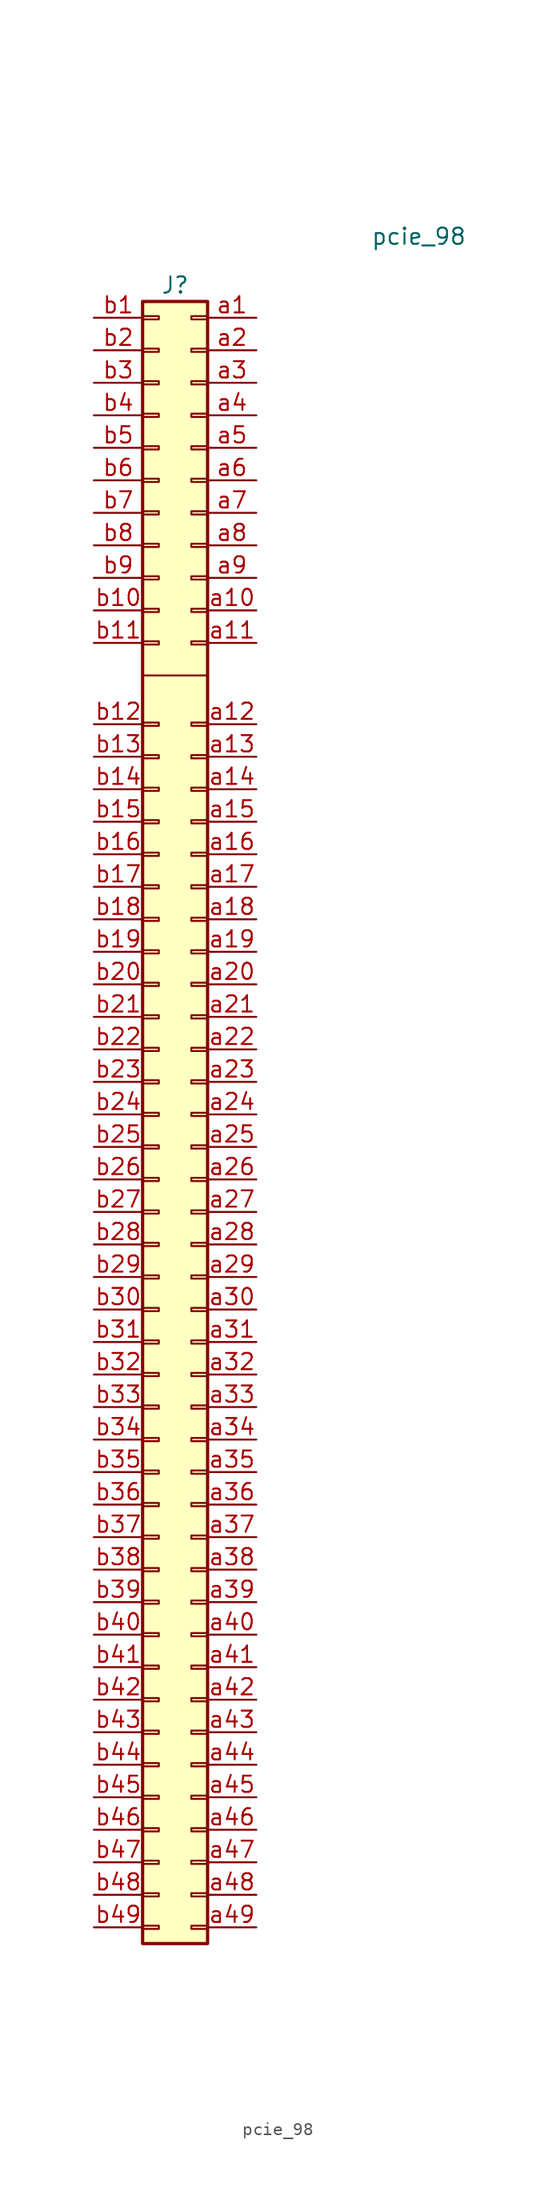
<source format=kicad_sym>
(kicad_symbol_lib
  (version 20220914)
  (generator kicad_symbol_editor)
  (symbol "pcie_98"
    (pin_names
      (offset 1.016) hide)
    (property "Reference" "J"
      (at 1.27 40.64 0)
      (effects (font (size 1.27 1.27))))
    (property "Value" "pcie_98"
      (at 20.32 44.45 0)
      (effects (font (size 1.27 1.27))))
    (symbol "pcie_98_0_1"
      (polyline (pts (xy 3.81 10.16) (xy -1.27 10.16)) (stroke (width 0) (type default)) (fill (type none))))
    (symbol "pcie_98_1_1"
      (rectangle (start -1.27 -87.757) (end 0 -87.503) (stroke (width 0.152) (type default)) (fill (type none)))
      (rectangle (start -1.27 -85.217) (end 0 -84.963) (stroke (width 0.152) (type default)) (fill (type none)))
      (rectangle (start -1.27 -82.677) (end 0 -82.423) (stroke (width 0.152) (type default)) (fill (type none)))
      (rectangle (start -1.27 -80.137) (end 0 -79.883) (stroke (width 0.152) (type default)) (fill (type none)))
      (rectangle (start -1.27 -77.597) (end 0 -77.343) (stroke (width 0.152) (type default)) (fill (type none)))
      (rectangle (start -1.27 -75.057) (end 0 -74.803) (stroke (width 0.152) (type default)) (fill (type none)))
      (rectangle (start -1.27 -72.517) (end 0 -72.263) (stroke (width 0.152) (type default)) (fill (type none)))
      (rectangle (start -1.27 -69.977) (end 0 -69.723) (stroke (width 0.152) (type default)) (fill (type none)))
      (rectangle (start -1.27 -67.437) (end 0 -67.183) (stroke (width 0.152) (type default)) (fill (type none)))
      (rectangle (start -1.27 -64.897) (end 0 -64.643) (stroke (width 0.152) (type default)) (fill (type none)))
      (rectangle (start -1.27 -62.357) (end 0 -62.103) (stroke (width 0.152) (type default)) (fill (type none)))
      (rectangle (start -1.27 -59.817) (end 0 -59.563) (stroke (width 0.152) (type default)) (fill (type none)))
      (rectangle (start -1.27 -57.277) (end 0 -57.023) (stroke (width 0.152) (type default)) (fill (type none)))
      (rectangle (start -1.27 -54.737) (end 0 -54.483) (stroke (width 0.152) (type default)) (fill (type none)))
      (rectangle (start -1.27 -52.197) (end 0 -51.943) (stroke (width 0.152) (type default)) (fill (type none)))
      (rectangle (start -1.27 -49.657) (end 0 -49.403) (stroke (width 0.152) (type default)) (fill (type none)))
      (rectangle (start -1.27 -47.117) (end 0 -46.863) (stroke (width 0.152) (type default)) (fill (type none)))
      (rectangle (start -1.27 -16.383) (end 0 -16.637) (stroke (width 0.152) (type default)) (fill (type none)))
      (rectangle (start -1.27 -13.843) (end 0 -14.097) (stroke (width 0.152) (type default)) (fill (type none)))
      (rectangle (start -1.27 -11.303) (end 0 -11.557) (stroke (width 0.152) (type default)) (fill (type none)))
      (rectangle (start -1.27 6.477) (end 0 6.223) (stroke (width 0.152) (type default)) (fill (type none)))
      (rectangle (start -1.27 12.827) (end 0 12.573) (stroke (width 0.152) (type default)) (fill (type none)))
      (rectangle (start -1.27 38.227) (end 0 37.973) (stroke (width 0.152) (type default)) (fill (type none)))
      (rectangle (start -1.27 39.37) (end 3.81 -88.9) (stroke (width 0.254) (type default)) (fill (type background)))
      (rectangle (start 0 -44.577) (end -1.27 -44.323) (stroke (width 0.152) (type default)) (fill (type none)))
      (rectangle (start 0 -42.037) (end -1.27 -41.783) (stroke (width 0.152) (type default)) (fill (type none)))
      (rectangle (start 0 -39.497) (end -1.27 -39.243) (stroke (width 0.152) (type default)) (fill (type none)))
      (rectangle (start 0 -36.957) (end -1.27 -36.703) (stroke (width 0.152) (type default)) (fill (type none)))
      (rectangle (start 0 -34.417) (end -1.27 -34.163) (stroke (width 0.152) (type default)) (fill (type none)))
      (rectangle (start 0 -31.877) (end -1.27 -31.623) (stroke (width 0.152) (type default)) (fill (type none)))
      (rectangle (start 0 -29.337) (end -1.27 -29.083) (stroke (width 0.152) (type default)) (fill (type none)))
      (rectangle (start 0 -26.797) (end -1.27 -26.543) (stroke (width 0.152) (type default)) (fill (type none)))
      (rectangle (start 0 -24.257) (end -1.27 -24.003) (stroke (width 0.152) (type default)) (fill (type none)))
      (rectangle (start 0 -21.717) (end -1.27 -21.463) (stroke (width 0.152) (type default)) (fill (type none)))
      (rectangle (start 0 -19.177) (end -1.27 -18.923) (stroke (width 0.152) (type default)) (fill (type none)))
      (rectangle (start 0 -9.017) (end -1.27 -8.763) (stroke (width 0.152) (type default)) (fill (type none)))
      (rectangle (start 0 -6.477) (end -1.27 -6.223) (stroke (width 0.152) (type default)) (fill (type none)))
      (rectangle (start 0 -3.937) (end -1.27 -3.683) (stroke (width 0.152) (type default)) (fill (type none)))
      (rectangle (start 0 -1.397) (end -1.27 -1.143) (stroke (width 0.152) (type default)) (fill (type none)))
      (rectangle (start 0 1.143) (end -1.27 1.397) (stroke (width 0.152) (type default)) (fill (type none)))
      (rectangle (start 0 3.683) (end -1.27 3.937) (stroke (width 0.152) (type default)) (fill (type none)))
      (rectangle (start 0 15.113) (end -1.27 15.367) (stroke (width 0.152) (type default)) (fill (type none)))
      (rectangle (start 0 17.653) (end -1.27 17.907) (stroke (width 0.152) (type default)) (fill (type none)))
      (rectangle (start 0 20.193) (end -1.27 20.447) (stroke (width 0.152) (type default)) (fill (type none)))
      (rectangle (start 0 22.733) (end -1.27 22.987) (stroke (width 0.152) (type default)) (fill (type none)))
      (rectangle (start 0 25.273) (end -1.27 25.527) (stroke (width 0.152) (type default)) (fill (type none)))
      (rectangle (start 0 27.813) (end -1.27 28.067) (stroke (width 0.152) (type default)) (fill (type none)))
      (rectangle (start 0 30.353) (end -1.27 30.607) (stroke (width 0.152) (type default)) (fill (type none)))
      (rectangle (start 0 32.893) (end -1.27 33.147) (stroke (width 0.152) (type default)) (fill (type none)))
      (rectangle (start 0 35.433) (end -1.27 35.687) (stroke (width 0.152) (type default)) (fill (type none)))
      (rectangle (start 2.54 -87.757) (end 3.81 -87.503) (stroke (width 0.152) (type default)) (fill (type none)))
      (rectangle (start 2.54 -85.217) (end 3.81 -84.963) (stroke (width 0.152) (type default)) (fill (type none)))
      (rectangle (start 2.54 -82.677) (end 3.81 -82.423) (stroke (width 0.152) (type default)) (fill (type none)))
      (rectangle (start 2.54 -80.137) (end 3.81 -79.883) (stroke (width 0.152) (type default)) (fill (type none)))
      (rectangle (start 2.54 -77.597) (end 3.81 -77.343) (stroke (width 0.152) (type default)) (fill (type none)))
      (rectangle (start 2.54 -75.057) (end 3.81 -74.803) (stroke (width 0.152) (type default)) (fill (type none)))
      (rectangle (start 2.54 -72.517) (end 3.81 -72.263) (stroke (width 0.152) (type default)) (fill (type none)))
      (rectangle (start 2.54 -69.977) (end 3.81 -69.723) (stroke (width 0.152) (type default)) (fill (type none)))
      (rectangle (start 2.54 -67.437) (end 3.81 -67.183) (stroke (width 0.152) (type default)) (fill (type none)))
      (rectangle (start 2.54 -64.897) (end 3.81 -64.643) (stroke (width 0.152) (type default)) (fill (type none)))
      (rectangle (start 2.54 -62.357) (end 3.81 -62.103) (stroke (width 0.152) (type default)) (fill (type none)))
      (rectangle (start 2.54 -59.817) (end 3.81 -59.563) (stroke (width 0.152) (type default)) (fill (type none)))
      (rectangle (start 2.54 -57.277) (end 3.81 -57.023) (stroke (width 0.152) (type default)) (fill (type none)))
      (rectangle (start 2.54 -54.737) (end 3.81 -54.483) (stroke (width 0.152) (type default)) (fill (type none)))
      (rectangle (start 2.54 -52.197) (end 3.81 -51.943) (stroke (width 0.152) (type default)) (fill (type none)))
      (rectangle (start 2.54 -49.657) (end 3.81 -49.403) (stroke (width 0.152) (type default)) (fill (type none)))
      (rectangle (start 2.54 -47.117) (end 3.81 -46.863) (stroke (width 0.152) (type default)) (fill (type none)))
      (rectangle (start 2.54 -44.577) (end 3.81 -44.323) (stroke (width 0.152) (type default)) (fill (type none)))
      (rectangle (start 2.54 -42.037) (end 3.81 -41.783) (stroke (width 0.152) (type default)) (fill (type none)))
      (rectangle (start 2.54 -39.497) (end 3.81 -39.243) (stroke (width 0.152) (type default)) (fill (type none)))
      (rectangle (start 2.54 -36.957) (end 3.81 -36.703) (stroke (width 0.152) (type default)) (fill (type none)))
      (rectangle (start 2.54 -34.417) (end 3.81 -34.163) (stroke (width 0.152) (type default)) (fill (type none)))
      (rectangle (start 2.54 -31.877) (end 3.81 -31.623) (stroke (width 0.152) (type default)) (fill (type none)))
      (rectangle (start 2.54 -29.337) (end 3.81 -29.083) (stroke (width 0.152) (type default)) (fill (type none)))
      (rectangle (start 2.54 -26.797) (end 3.81 -26.543) (stroke (width 0.152) (type default)) (fill (type none)))
      (rectangle (start 2.54 -24.257) (end 3.81 -24.003) (stroke (width 0.152) (type default)) (fill (type none)))
      (rectangle (start 2.54 -21.717) (end 3.81 -21.463) (stroke (width 0.152) (type default)) (fill (type none)))
      (rectangle (start 2.54 -19.177) (end 3.81 -18.923) (stroke (width 0.152) (type default)) (fill (type none)))
      (rectangle (start 2.54 -16.383) (end 3.81 -16.637) (stroke (width 0.152) (type default)) (fill (type none)))
      (rectangle (start 2.54 -14.097) (end 3.81 -13.843) (stroke (width 0.152) (type default)) (fill (type none)))
      (rectangle (start 2.54 -11.557) (end 3.81 -11.303) (stroke (width 0.152) (type default)) (fill (type none)))
      (rectangle (start 2.54 -9.017) (end 3.81 -8.763) (stroke (width 0.152) (type default)) (fill (type none)))
      (rectangle (start 2.54 -6.223) (end 3.81 -6.477) (stroke (width 0.152) (type default)) (fill (type none)))
      (rectangle (start 2.54 -3.937) (end 3.81 -3.683) (stroke (width 0.152) (type default)) (fill (type none)))
      (rectangle (start 2.54 -1.397) (end 3.81 -1.143) (stroke (width 0.152) (type default)) (fill (type none)))
      (rectangle (start 2.54 1.143) (end 3.81 1.397) (stroke (width 0.152) (type default)) (fill (type none)))
      (rectangle (start 2.54 3.683) (end 3.81 3.937) (stroke (width 0.152) (type default)) (fill (type none)))
      (rectangle (start 2.54 6.477) (end 3.81 6.223) (stroke (width 0.152) (type default)) (fill (type none)))
      (rectangle (start 2.54 12.573) (end 3.81 12.827) (stroke (width 0.152) (type default)) (fill (type none)))
      (rectangle (start 2.54 15.113) (end 3.81 15.367) (stroke (width 0.152) (type default)) (fill (type none)))
      (rectangle (start 2.54 17.653) (end 3.81 17.907) (stroke (width 0.152) (type default)) (fill (type none)))
      (rectangle (start 2.54 20.193) (end 3.81 20.447) (stroke (width 0.152) (type default)) (fill (type none)))
      (rectangle (start 2.54 22.733) (end 3.81 22.987) (stroke (width 0.152) (type default)) (fill (type none)))
      (rectangle (start 2.54 25.273) (end 3.81 25.527) (stroke (width 0.152) (type default)) (fill (type none)))
      (rectangle (start 2.54 27.813) (end 3.81 28.067) (stroke (width 0.152) (type default)) (fill (type none)))
      (rectangle (start 2.54 30.353) (end 3.81 30.607) (stroke (width 0.152) (type default)) (fill (type none)))
      (rectangle (start 2.54 32.893) (end 3.81 33.147) (stroke (width 0.152) (type default)) (fill (type none)))
      (rectangle (start 2.54 35.433) (end 3.81 35.687) (stroke (width 0.152) (type default)) (fill (type none)))
      (rectangle (start 2.54 38.227) (end 3.81 37.973) (stroke (width 0.152) (type default)) (fill (type none)))
      (pin passive line (at 7.62 38.1 180) (length 3.81) (name "Pin_a1" (effects (font (size 1.27 1.27)))) (number "a1" (effects (font (size 1.27 1.27)))))
      (pin passive line (at 7.62 15.24 180) (length 3.81) (name "Pin_a10" (effects (font (size 1.27 1.27)))) (number "a10" (effects (font (size 1.27 1.27)))))
      (pin passive line (at 7.62 12.7 180) (length 3.81) (name "Pin_a11" (effects (font (size 1.27 1.27)))) (number "a11" (effects (font (size 1.27 1.27)))))
      (pin passive line (at 7.62 6.35 180) (length 3.81) (name "Pin_a12" (effects (font (size 1.27 1.27)))) (number "a12" (effects (font (size 1.27 1.27)))))
      (pin passive line (at 7.62 3.81 180) (length 3.81) (name "Pin_a13" (effects (font (size 1.27 1.27)))) (number "a13" (effects (font (size 1.27 1.27)))))
      (pin passive line (at 7.62 1.27 180) (length 3.81) (name "Pin_a14" (effects (font (size 1.27 1.27)))) (number "a14" (effects (font (size 1.27 1.27)))))
      (pin passive line (at 7.62 -1.27 180) (length 3.81) (name "Pin_a15" (effects (font (size 1.27 1.27)))) (number "a15" (effects (font (size 1.27 1.27)))))
      (pin passive line (at 7.62 -3.81 180) (length 3.81) (name "Pin_a16" (effects (font (size 1.27 1.27)))) (number "a16" (effects (font (size 1.27 1.27)))))
      (pin passive line (at 7.62 -6.35 180) (length 3.81) (name "Pin_a17" (effects (font (size 1.27 1.27)))) (number "a17" (effects (font (size 1.27 1.27)))))
      (pin passive line (at 7.62 -8.89 180) (length 3.81) (name "Pin_a18" (effects (font (size 1.27 1.27)))) (number "a18" (effects (font (size 1.27 1.27)))))
      (pin passive line (at 7.62 -11.43 180) (length 3.81) (name "Pin_a19" (effects (font (size 1.27 1.27)))) (number "a19" (effects (font (size 1.27 1.27)))))
      (pin passive line (at 7.62 35.56 180) (length 3.81) (name "Pin_a2" (effects (font (size 1.27 1.27)))) (number "a2" (effects (font (size 1.27 1.27)))))
      (pin passive line (at 7.62 -13.97 180) (length 3.81) (name "Pin_a20" (effects (font (size 1.27 1.27)))) (number "a20" (effects (font (size 1.27 1.27)))))
      (pin passive line (at 7.62 -16.51 180) (length 3.81) (name "Pin_a21" (effects (font (size 1.27 1.27)))) (number "a21" (effects (font (size 1.27 1.27)))))
      (pin passive line (at 7.62 -19.05 180) (length 3.81) (name "Pin_a22" (effects (font (size 1.27 1.27)))) (number "a22" (effects (font (size 1.27 1.27)))))
      (pin passive line (at 7.62 -21.59 180) (length 3.81) (name "Pin_a23" (effects (font (size 1.27 1.27)))) (number "a23" (effects (font (size 1.27 1.27)))))
      (pin passive line (at 7.62 -24.13 180) (length 3.81) (name "Pin_a24" (effects (font (size 1.27 1.27)))) (number "a24" (effects (font (size 1.27 1.27)))))
      (pin passive line (at 7.62 -26.67 180) (length 3.81) (name "Pin_a25" (effects (font (size 1.27 1.27)))) (number "a25" (effects (font (size 1.27 1.27)))))
      (pin passive line (at 7.62 -29.21 180) (length 3.81) (name "Pin_a26" (effects (font (size 1.27 1.27)))) (number "a26" (effects (font (size 1.27 1.27)))))
      (pin passive line (at 7.62 -31.75 180) (length 3.81) (name "Pin_a27" (effects (font (size 1.27 1.27)))) (number "a27" (effects (font (size 1.27 1.27)))))
      (pin passive line (at 7.62 -34.29 180) (length 3.81) (name "Pin_a28" (effects (font (size 1.27 1.27)))) (number "a28" (effects (font (size 1.27 1.27)))))
      (pin passive line (at 7.62 -36.83 180) (length 3.81) (name "Pin_a29" (effects (font (size 1.27 1.27)))) (number "a29" (effects (font (size 1.27 1.27)))))
      (pin passive line (at 7.62 33.02 180) (length 3.81) (name "Pin_a3" (effects (font (size 1.27 1.27)))) (number "a3" (effects (font (size 1.27 1.27)))))
      (pin passive line (at 7.62 -39.37 180) (length 3.81) (name "Pin_a30" (effects (font (size 1.27 1.27)))) (number "a30" (effects (font (size 1.27 1.27)))))
      (pin passive line (at 7.62 -41.91 180) (length 3.81) (name "Pin_a31" (effects (font (size 1.27 1.27)))) (number "a31" (effects (font (size 1.27 1.27)))))
      (pin passive line (at 7.62 -44.45 180) (length 3.81) (name "Pin_a32" (effects (font (size 1.27 1.27)))) (number "a32" (effects (font (size 1.27 1.27)))))
      (pin passive line (at 7.62 -46.99 180) (length 3.81) (name "Pin_a33" (effects (font (size 1.27 1.27)))) (number "a33" (effects (font (size 1.27 1.27)))))
      (pin passive line (at 7.62 -49.53 180) (length 3.81) (name "Pin_a34" (effects (font (size 1.27 1.27)))) (number "a34" (effects (font (size 1.27 1.27)))))
      (pin passive line (at 7.62 -52.07 180) (length 3.81) (name "Pin_a35" (effects (font (size 1.27 1.27)))) (number "a35" (effects (font (size 1.27 1.27)))))
      (pin passive line (at 7.62 -54.61 180) (length 3.81) (name "Pin_a36" (effects (font (size 1.27 1.27)))) (number "a36" (effects (font (size 1.27 1.27)))))
      (pin passive line (at 7.62 -57.15 180) (length 3.81) (name "Pin_a37" (effects (font (size 1.27 1.27)))) (number "a37" (effects (font (size 1.27 1.27)))))
      (pin passive line (at 7.62 -59.69 180) (length 3.81) (name "Pin_a38" (effects (font (size 1.27 1.27)))) (number "a38" (effects (font (size 1.27 1.27)))))
      (pin passive line (at 7.62 -62.23 180) (length 3.81) (name "Pin_a39" (effects (font (size 1.27 1.27)))) (number "a39" (effects (font (size 1.27 1.27)))))
      (pin passive line (at 7.62 30.48 180) (length 3.81) (name "Pin_a4" (effects (font (size 1.27 1.27)))) (number "a4" (effects (font (size 1.27 1.27)))))
      (pin passive line (at 7.62 -64.77 180) (length 3.81) (name "Pin_a40" (effects (font (size 1.27 1.27)))) (number "a40" (effects (font (size 1.27 1.27)))))
      (pin passive line (at 7.62 -67.31 180) (length 3.81) (name "Pin_a41" (effects (font (size 1.27 1.27)))) (number "a41" (effects (font (size 1.27 1.27)))))
      (pin passive line (at 7.62 -69.85 180) (length 3.81) (name "Pin_a42" (effects (font (size 1.27 1.27)))) (number "a42" (effects (font (size 1.27 1.27)))))
      (pin passive line (at 7.62 -72.39 180) (length 3.81) (name "Pin_a43" (effects (font (size 1.27 1.27)))) (number "a43" (effects (font (size 1.27 1.27)))))
      (pin passive line (at 7.62 -74.93 180) (length 3.81) (name "Pin_a44" (effects (font (size 1.27 1.27)))) (number "a44" (effects (font (size 1.27 1.27)))))
      (pin passive line (at 7.62 -77.47 180) (length 3.81) (name "Pin_a45" (effects (font (size 1.27 1.27)))) (number "a45" (effects (font (size 1.27 1.27)))))
      (pin passive line (at 7.62 -80.01 180) (length 3.81) (name "Pin_a46" (effects (font (size 1.27 1.27)))) (number "a46" (effects (font (size 1.27 1.27)))))
      (pin passive line (at 7.62 -82.55 180) (length 3.81) (name "Pin_a47" (effects (font (size 1.27 1.27)))) (number "a47" (effects (font (size 1.27 1.27)))))
      (pin passive line (at 7.62 -85.09 180) (length 3.81) (name "Pin_a48" (effects (font (size 1.27 1.27)))) (number "a48" (effects (font (size 1.27 1.27)))))
      (pin passive line (at 7.62 -87.63 180) (length 3.81) (name "Pin_a49" (effects (font (size 1.27 1.27)))) (number "a49" (effects (font (size 1.27 1.27)))))
      (pin passive line (at 7.62 27.94 180) (length 3.81) (name "Pin_a5" (effects (font (size 1.27 1.27)))) (number "a5" (effects (font (size 1.27 1.27)))))
      (pin passive line (at 7.62 25.4 180) (length 3.81) (name "Pin_a6" (effects (font (size 1.27 1.27)))) (number "a6" (effects (font (size 1.27 1.27)))))
      (pin passive line (at 7.62 22.86 180) (length 3.81) (name "Pin_a7" (effects (font (size 1.27 1.27)))) (number "a7" (effects (font (size 1.27 1.27)))))
      (pin passive line (at 7.62 20.32 180) (length 3.81) (name "Pin_a8" (effects (font (size 1.27 1.27)))) (number "a8" (effects (font (size 1.27 1.27)))))
      (pin passive line (at 7.62 17.78 180) (length 3.81) (name "Pin_a9" (effects (font (size 1.27 1.27)))) (number "a9" (effects (font (size 1.27 1.27)))))
      (pin passive line (at -5.08 38.1 0) (length 3.81) (name "Pin_b1" (effects (font (size 1.27 1.27)))) (number "b1" (effects (font (size 1.27 1.27)))))
      (pin passive line (at -5.08 15.24 0) (length 3.81) (name "Pin_b10" (effects (font (size 1.27 1.27)))) (number "b10" (effects (font (size 1.27 1.27)))))
      (pin passive line (at -5.08 12.7 0) (length 3.81) (name "Pin_b11" (effects (font (size 1.27 1.27)))) (number "b11" (effects (font (size 1.27 1.27)))))
      (pin passive line (at -5.08 6.35 0) (length 3.81) (name "Pin_b12" (effects (font (size 1.27 1.27)))) (number "b12" (effects (font (size 1.27 1.27)))))
      (pin passive line (at -5.08 3.81 0) (length 3.81) (name "Pin_b13" (effects (font (size 1.27 1.27)))) (number "b13" (effects (font (size 1.27 1.27)))))
      (pin passive line (at -5.08 1.27 0) (length 3.81) (name "Pin_b14" (effects (font (size 1.27 1.27)))) (number "b14" (effects (font (size 1.27 1.27)))))
      (pin passive line (at -5.08 -1.27 0) (length 3.81) (name "Pin_b15" (effects (font (size 1.27 1.27)))) (number "b15" (effects (font (size 1.27 1.27)))))
      (pin passive line (at -5.08 -3.81 0) (length 3.81) (name "Pin_b16" (effects (font (size 1.27 1.27)))) (number "b16" (effects (font (size 1.27 1.27)))))
      (pin passive line (at -5.08 -6.35 0) (length 3.81) (name "Pin_b17" (effects (font (size 1.27 1.27)))) (number "b17" (effects (font (size 1.27 1.27)))))
      (pin passive line (at -5.08 -8.89 0) (length 3.81) (name "Pin_b18" (effects (font (size 1.27 1.27)))) (number "b18" (effects (font (size 1.27 1.27)))))
      (pin passive line (at -5.08 -11.43 0) (length 3.81) (name "Pin_b19" (effects (font (size 1.27 1.27)))) (number "b19" (effects (font (size 1.27 1.27)))))
      (pin passive line (at -5.08 35.56 0) (length 3.81) (name "Pin_b2" (effects (font (size 1.27 1.27)))) (number "b2" (effects (font (size 1.27 1.27)))))
      (pin passive line (at -5.08 -13.97 0) (length 3.81) (name "Pin_b20" (effects (font (size 1.27 1.27)))) (number "b20" (effects (font (size 1.27 1.27)))))
      (pin passive line (at -5.08 -16.51 0) (length 3.81) (name "Pin_b21" (effects (font (size 1.27 1.27)))) (number "b21" (effects (font (size 1.27 1.27)))))
      (pin passive line (at -5.08 -19.05 0) (length 3.81) (name "Pin_b22" (effects (font (size 1.27 1.27)))) (number "b22" (effects (font (size 1.27 1.27)))))
      (pin passive line (at -5.08 -21.59 0) (length 3.81) (name "Pin_b23" (effects (font (size 1.27 1.27)))) (number "b23" (effects (font (size 1.27 1.27)))))
      (pin passive line (at -5.08 -24.13 0) (length 3.81) (name "Pin_b24" (effects (font (size 1.27 1.27)))) (number "b24" (effects (font (size 1.27 1.27)))))
      (pin passive line (at -5.08 -26.67 0) (length 3.81) (name "Pin_b25" (effects (font (size 1.27 1.27)))) (number "b25" (effects (font (size 1.27 1.27)))))
      (pin passive line (at -5.08 -29.21 0) (length 3.81) (name "Pin_b26" (effects (font (size 1.27 1.27)))) (number "b26" (effects (font (size 1.27 1.27)))))
      (pin passive line (at -5.08 -31.75 0) (length 3.81) (name "Pin_b27" (effects (font (size 1.27 1.27)))) (number "b27" (effects (font (size 1.27 1.27)))))
      (pin passive line (at -5.08 -34.29 0) (length 3.81) (name "Pin_b28" (effects (font (size 1.27 1.27)))) (number "b28" (effects (font (size 1.27 1.27)))))
      (pin passive line (at -5.08 -36.83 0) (length 3.81) (name "Pin_b29" (effects (font (size 1.27 1.27)))) (number "b29" (effects (font (size 1.27 1.27)))))
      (pin passive line (at -5.08 33.02 0) (length 3.81) (name "Pin_b3" (effects (font (size 1.27 1.27)))) (number "b3" (effects (font (size 1.27 1.27)))))
      (pin passive line (at -5.08 -39.37 0) (length 3.81) (name "Pin_b30" (effects (font (size 1.27 1.27)))) (number "b30" (effects (font (size 1.27 1.27)))))
      (pin passive line (at -5.08 -41.91 0) (length 3.81) (name "Pin_b31" (effects (font (size 1.27 1.27)))) (number "b31" (effects (font (size 1.27 1.27)))))
      (pin passive line (at -5.08 -44.45 0) (length 3.81) (name "Pin_b32" (effects (font (size 1.27 1.27)))) (number "b32" (effects (font (size 1.27 1.27)))))
      (pin passive line (at -5.08 -46.99 0) (length 3.81) (name "Pin_b33" (effects (font (size 1.27 1.27)))) (number "b33" (effects (font (size 1.27 1.27)))))
      (pin passive line (at -5.08 -49.53 0) (length 3.81) (name "Pin_b34" (effects (font (size 1.27 1.27)))) (number "b34" (effects (font (size 1.27 1.27)))))
      (pin passive line (at -5.08 -52.07 0) (length 3.81) (name "Pin_b35" (effects (font (size 1.27 1.27)))) (number "b35" (effects (font (size 1.27 1.27)))))
      (pin passive line (at -5.08 -54.61 0) (length 3.81) (name "Pin_b36" (effects (font (size 1.27 1.27)))) (number "b36" (effects (font (size 1.27 1.27)))))
      (pin passive line (at -5.08 -57.15 0) (length 3.81) (name "Pin_b37" (effects (font (size 1.27 1.27)))) (number "b37" (effects (font (size 1.27 1.27)))))
      (pin passive line (at -5.08 -59.69 0) (length 3.81) (name "Pin_b38" (effects (font (size 1.27 1.27)))) (number "b38" (effects (font (size 1.27 1.27)))))
      (pin passive line (at -5.08 -62.23 0) (length 3.81) (name "Pin_b39" (effects (font (size 1.27 1.27)))) (number "b39" (effects (font (size 1.27 1.27)))))
      (pin passive line (at -5.08 30.48 0) (length 3.81) (name "Pin_b4" (effects (font (size 1.27 1.27)))) (number "b4" (effects (font (size 1.27 1.27)))))
      (pin passive line (at -5.08 -64.77 0) (length 3.81) (name "Pin_b40" (effects (font (size 1.27 1.27)))) (number "b40" (effects (font (size 1.27 1.27)))))
      (pin passive line (at -5.08 -67.31 0) (length 3.81) (name "Pin_b41" (effects (font (size 1.27 1.27)))) (number "b41" (effects (font (size 1.27 1.27)))))
      (pin passive line (at -5.08 -69.85 0) (length 3.81) (name "Pin_b42" (effects (font (size 1.27 1.27)))) (number "b42" (effects (font (size 1.27 1.27)))))
      (pin passive line (at -5.08 -72.39 0) (length 3.81) (name "Pin_b43" (effects (font (size 1.27 1.27)))) (number "b43" (effects (font (size 1.27 1.27)))))
      (pin passive line (at -5.08 -74.93 0) (length 3.81) (name "Pin_b44" (effects (font (size 1.27 1.27)))) (number "b44" (effects (font (size 1.27 1.27)))))
      (pin passive line (at -5.08 -77.47 0) (length 3.81) (name "Pin_b45" (effects (font (size 1.27 1.27)))) (number "b45" (effects (font (size 1.27 1.27)))))
      (pin passive line (at -5.08 -80.01 0) (length 3.81) (name "Pin_46" (effects (font (size 1.27 1.27)))) (number "b46" (effects (font (size 1.27 1.27)))))
      (pin passive line (at -5.08 -82.55 0) (length 3.81) (name "Pin_b47" (effects (font (size 1.27 1.27)))) (number "b47" (effects (font (size 1.27 1.27)))))
      (pin passive line (at -5.08 -85.09 0) (length 3.81) (name "Pin_b48" (effects (font (size 1.27 1.27)))) (number "b48" (effects (font (size 1.27 1.27)))))
      (pin passive line (at -5.08 -87.63 0) (length 3.81) (name "Pin_b49" (effects (font (size 1.27 1.27)))) (number "b49" (effects (font (size 1.27 1.27)))))
      (pin passive line (at -5.08 27.94 0) (length 3.81) (name "Pin_b5" (effects (font (size 1.27 1.27)))) (number "b5" (effects (font (size 1.27 1.27)))))
      (pin passive line (at -5.08 25.4 0) (length 3.81) (name "Pin_b6" (effects (font (size 1.27 1.27)))) (number "b6" (effects (font (size 1.27 1.27)))))
      (pin passive line (at -5.08 22.86 0) (length 3.81) (name "Pin_b7" (effects (font (size 1.27 1.27)))) (number "b7" (effects (font (size 1.27 1.27)))))
      (pin passive line (at -5.08 20.32 0) (length 3.81) (name "Pin_b8" (effects (font (size 1.27 1.27)))) (number "b8" (effects (font (size 1.27 1.27)))))
      (pin passive line (at -5.08 17.78 0) (length 3.81) (name "Pin_b9" (effects (font (size 1.27 1.27)))) (number "b9" (effects (font (size 1.27 1.27))))))))
</source>
